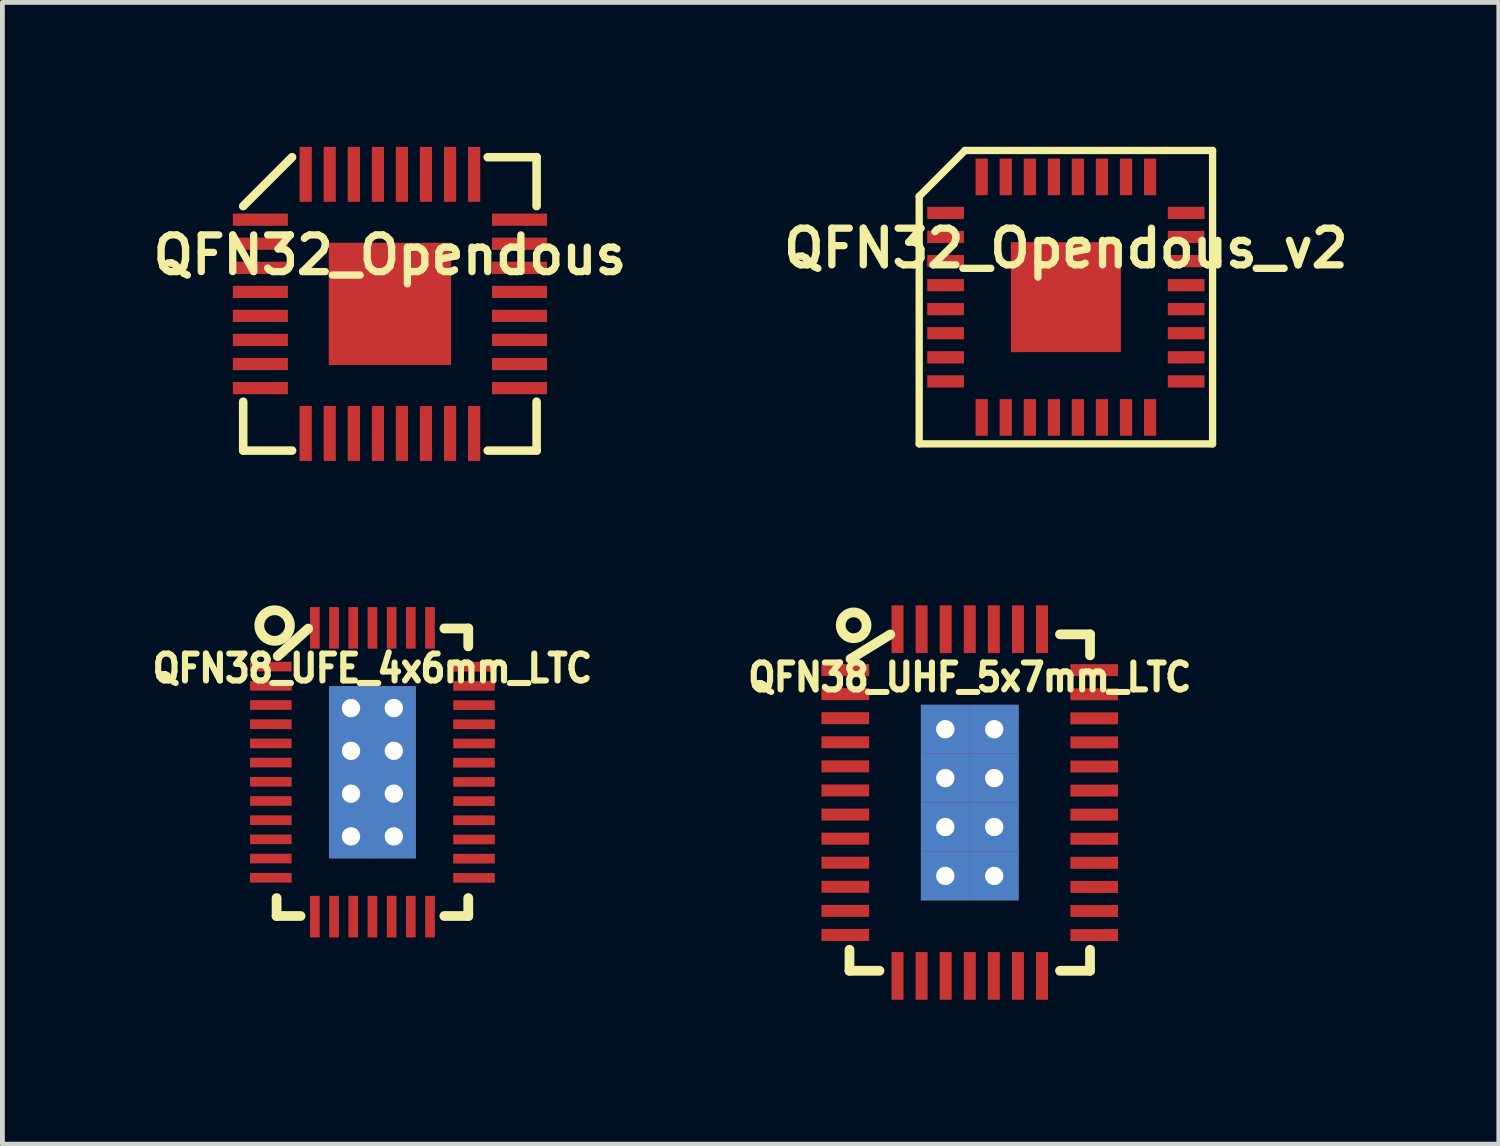
<source format=kicad_pcb>
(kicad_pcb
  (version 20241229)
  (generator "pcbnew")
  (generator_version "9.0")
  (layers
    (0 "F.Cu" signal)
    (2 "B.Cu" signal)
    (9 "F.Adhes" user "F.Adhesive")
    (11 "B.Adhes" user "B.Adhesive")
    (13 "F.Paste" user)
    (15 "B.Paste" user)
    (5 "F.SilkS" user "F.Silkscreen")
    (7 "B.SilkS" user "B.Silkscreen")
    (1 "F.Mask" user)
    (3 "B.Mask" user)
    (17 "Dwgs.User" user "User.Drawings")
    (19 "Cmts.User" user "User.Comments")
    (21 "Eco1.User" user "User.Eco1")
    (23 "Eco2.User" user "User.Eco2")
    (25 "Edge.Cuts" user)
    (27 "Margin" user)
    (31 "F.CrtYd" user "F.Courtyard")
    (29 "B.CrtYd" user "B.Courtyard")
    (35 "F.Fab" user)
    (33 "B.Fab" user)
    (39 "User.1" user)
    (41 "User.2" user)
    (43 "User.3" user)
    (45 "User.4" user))
  (footprint "QFN32_Opendous"
    (layer "F.Cu")
    (at 5.051 3.264)
    (property "Reference" "QFN32_Opendous" (at 0 -1.016 0) (layer "F.SilkS") (effects (font (size 0.762 0.762) (thickness 0.152))))
    (attr smd)
    (fp_line (start -3.048 -2.032) (end -2.032 -3.048) (stroke (width 0.178) (type solid)) (layer "F.SilkS"))
    (fp_line (start -3.048 3.048) (end -3.048 2.032) (stroke (width 0.178) (type solid)) (layer "F.SilkS"))
    (fp_line (start -3.048 3.048) (end -2.032 3.048) (stroke (width 0.178) (type solid)) (layer "F.SilkS"))
    (fp_line (start 2.032 3.048) (end 3.048 3.048) (stroke (width 0.178) (type solid)) (layer "F.SilkS"))
    (fp_line (start 3.048 -3.048) (end 2.032 -3.048) (stroke (width 0.178) (type solid)) (layer "F.SilkS"))
    (fp_line (start 3.048 -3.048) (end 3.048 -2.032) (stroke (width 0.178) (type solid)) (layer "F.SilkS"))
    (fp_line (start 3.048 3.048) (end 3.048 2.032) (stroke (width 0.178) (type solid)) (layer "F.SilkS"))
    (pad "1" smd rect (at -2.692 -1.75 90) (size 0.254 1.143) (layers "F.Cu" "F.Mask" "F.Paste"))
    (pad "2" smd rect (at -2.692 -1.25 90) (size 0.254 1.143) (layers "F.Cu" "F.Mask" "F.Paste"))
    (pad "3" smd rect (at -2.692 -0.749 90) (size 0.254 1.143) (layers "F.Cu" "F.Mask" "F.Paste"))
    (pad "4" smd rect (at -2.692 -0.249 90) (size 0.254 1.143) (layers "F.Cu" "F.Mask" "F.Paste"))
    (pad "5" smd rect (at -2.692 0.249 90) (size 0.254 1.143) (layers "F.Cu" "F.Mask" "F.Paste"))
    (pad "6" smd rect (at -2.692 0.749 90) (size 0.254 1.143) (layers "F.Cu" "F.Mask" "F.Paste"))
    (pad "7" smd rect (at -2.692 1.25 90) (size 0.254 1.143) (layers "F.Cu" "F.Mask" "F.Paste"))
    (pad "8" smd rect (at -2.692 1.75 90) (size 0.254 1.143) (layers "F.Cu" "F.Mask" "F.Paste"))
    (pad "9" smd rect (at -1.75 2.692) (size 0.254 1.143) (layers "F.Cu" "F.Mask" "F.Paste"))
    (pad "10" smd rect (at -1.25 2.692) (size 0.254 1.143) (layers "F.Cu" "F.Mask" "F.Paste"))
    (pad "11" smd rect (at -0.749 2.692) (size 0.254 1.143) (layers "F.Cu" "F.Mask" "F.Paste"))
    (pad "12" smd rect (at -0.249 2.692) (size 0.254 1.143) (layers "F.Cu" "F.Mask" "F.Paste"))
    (pad "13" smd rect (at 0.249 2.692) (size 0.254 1.143) (layers "F.Cu" "F.Mask" "F.Paste"))
    (pad "14" smd rect (at 0.749 2.692) (size 0.254 1.143) (layers "F.Cu" "F.Mask" "F.Paste"))
    (pad "15" smd rect (at 1.25 2.692) (size 0.254 1.143) (layers "F.Cu" "F.Mask" "F.Paste"))
    (pad "16" smd rect (at 1.75 2.692) (size 0.254 1.143) (layers "F.Cu" "F.Mask" "F.Paste"))
    (pad "17" smd rect (at 2.692 1.75 90) (size 0.254 1.143) (layers "F.Cu" "F.Mask" "F.Paste"))
    (pad "18" smd rect (at 2.692 1.25 90) (size 0.254 1.143) (layers "F.Cu" "F.Mask" "F.Paste"))
    (pad "19" smd rect (at 2.692 0.749 90) (size 0.254 1.143) (layers "F.Cu" "F.Mask" "F.Paste"))
    (pad "20" smd rect (at 2.692 0.249 90) (size 0.254 1.143) (layers "F.Cu" "F.Mask" "F.Paste"))
    (pad "21" smd rect (at 2.692 -0.249 90) (size 0.254 1.143) (layers "F.Cu" "F.Mask" "F.Paste"))
    (pad "22" smd rect (at 2.692 -0.749 90) (size 0.254 1.143) (layers "F.Cu" "F.Mask" "F.Paste"))
    (pad "23" smd rect (at 2.692 -1.25 90) (size 0.254 1.143) (layers "F.Cu" "F.Mask" "F.Paste"))
    (pad "24" smd rect (at 2.692 -1.75 90) (size 0.254 1.143) (layers "F.Cu" "F.Mask" "F.Paste"))
    (pad "25" smd rect (at 1.75 -2.692) (size 0.254 1.143) (layers "F.Cu" "F.Mask" "F.Paste"))
    (pad "26" smd rect (at 1.25 -2.692) (size 0.254 1.143) (layers "F.Cu" "F.Mask" "F.Paste"))
    (pad "27" smd rect (at 0.749 -2.692) (size 0.254 1.143) (layers "F.Cu" "F.Mask" "F.Paste"))
    (pad "28" smd rect (at 0.249 -2.692) (size 0.254 1.143) (layers "F.Cu" "F.Mask" "F.Paste"))
    (pad "29" smd rect (at -0.249 -2.692) (size 0.254 1.143) (layers "F.Cu" "F.Mask" "F.Paste"))
    (pad "30" smd rect (at -0.749 -2.692) (size 0.254 1.143) (layers "F.Cu" "F.Mask" "F.Paste"))
    (pad "31" smd rect (at -1.25 -2.692) (size 0.254 1.143) (layers "F.Cu" "F.Mask" "F.Paste"))
    (pad "32" smd rect (at -1.75 -2.692) (size 0.254 1.143) (layers "F.Cu" "F.Mask" "F.Paste"))
    (pad "33" smd rect (at 0 0) (size 2.54 2.54) (layers "F.Cu" "F.Mask" "F.Paste")))
  (footprint "QFN38_UFE_4x6mm_LTC"
    (layer "F.Cu")
    (at 4.688 12.995)
    (property "Reference" "QFN38_UFE_4x6mm_LTC" (at 0 -2.159 0) (layer "F.SilkS") (effects (font (size 0.559 0.508) (thickness 0.127))))
    (attr smd)
    (fp_line (start -1.991 2.987) (end -1.991 2.614) (stroke (width 0.203) (type solid)) (layer "F.SilkS"))
    (fp_line (start -1.494 2.987) (end -1.991 2.987) (stroke (width 0.203) (type solid)) (layer "F.SilkS"))
    (fp_line (start -1.333 -2.985) (end -1.968 -2.413) (stroke (width 0.203) (type solid)) (layer "F.SilkS"))
    (fp_line (start 1.494 2.987) (end 1.991 2.987) (stroke (width 0.203) (type solid)) (layer "F.SilkS"))
    (fp_line (start 1.991 -2.987) (end 1.494 -2.987) (stroke (width 0.203) (type solid)) (layer "F.SilkS"))
    (fp_line (start 1.991 -2.987) (end 1.991 -2.614) (stroke (width 0.203) (type solid)) (layer "F.SilkS"))
    (fp_line (start 1.991 2.987) (end 1.991 2.614) (stroke (width 0.203) (type solid)) (layer "F.SilkS"))
    (fp_circle (center -2.032 -3.048) (end -2.223 -3.302) (stroke (width 0.203) (type solid)) (fill no) (layer "F.SilkS"))
    (pad "1" smd rect (at -2.111 -2.195 90) (size 0.201 0.864) (layers "F.Cu" "F.Mask" "F.Paste"))
    (pad "2" smd rect (at -2.111 -1.796 90) (size 0.201 0.864) (layers "F.Cu" "F.Mask" "F.Paste"))
    (pad "3" smd rect (at -2.111 -1.397 90) (size 0.201 0.864) (layers "F.Cu" "F.Mask" "F.Paste"))
    (pad "4" smd rect (at -2.111 -0.998 90) (size 0.201 0.864) (layers "F.Cu" "F.Mask" "F.Paste"))
    (pad "5" smd rect (at -2.111 -0.599 90) (size 0.201 0.864) (layers "F.Cu" "F.Mask" "F.Paste"))
    (pad "6" smd rect (at -2.111 -0.201 90) (size 0.201 0.864) (layers "F.Cu" "F.Mask" "F.Paste"))
    (pad "7" smd rect (at -2.111 0.198 90) (size 0.201 0.864) (layers "F.Cu" "F.Mask" "F.Paste"))
    (pad "8" smd rect (at -2.111 0.597 90) (size 0.201 0.864) (layers "F.Cu" "F.Mask" "F.Paste"))
    (pad "9" smd rect (at -2.111 0.996 90) (size 0.201 0.864) (layers "F.Cu" "F.Mask" "F.Paste"))
    (pad "10" smd rect (at -2.111 1.394 90) (size 0.201 0.864) (layers "F.Cu" "F.Mask" "F.Paste"))
    (pad "11" smd rect (at -2.111 1.793 90) (size 0.201 0.864) (layers "F.Cu" "F.Mask" "F.Paste"))
    (pad "12" smd rect (at -2.111 2.192 90) (size 0.201 0.864) (layers "F.Cu" "F.Mask" "F.Paste"))
    (pad "13" smd rect (at -1.196 3) (size 0.201 0.864) (layers "F.Cu" "F.Mask" "F.Paste"))
    (pad "14" smd rect (at -0.798 3) (size 0.201 0.864) (layers "F.Cu" "F.Mask" "F.Paste"))
    (pad "15" smd rect (at -0.399 3) (size 0.201 0.864) (layers "F.Cu" "F.Mask" "F.Paste"))
    (pad "16" smd rect (at 0 3) (size 0.201 0.864) (layers "F.Cu" "F.Mask" "F.Paste"))
    (pad "17" smd rect (at 0.399 3) (size 0.201 0.864) (layers "F.Cu" "F.Mask" "F.Paste"))
    (pad "18" smd rect (at 0.798 3) (size 0.201 0.864) (layers "F.Cu" "F.Mask" "F.Paste"))
    (pad "19" smd rect (at 1.196 3) (size 0.201 0.864) (layers "F.Cu" "F.Mask" "F.Paste"))
    (pad "20" smd rect (at 2.111 2.195 270) (size 0.201 0.864) (layers "F.Cu" "F.Mask" "F.Paste"))
    (pad "21" smd rect (at 2.111 1.796 270) (size 0.201 0.864) (layers "F.Cu" "F.Mask" "F.Paste"))
    (pad "22" smd rect (at 2.111 1.397 270) (size 0.201 0.864) (layers "F.Cu" "F.Mask" "F.Paste"))
    (pad "23" smd rect (at 2.111 0.998 270) (size 0.201 0.864) (layers "F.Cu" "F.Mask" "F.Paste"))
    (pad "24" smd rect (at 2.111 0.599 270) (size 0.201 0.864) (layers "F.Cu" "F.Mask" "F.Paste"))
    (pad "25" smd rect (at 2.111 0.201 270) (size 0.201 0.864) (layers "F.Cu" "F.Mask" "F.Paste"))
    (pad "26" smd rect (at 2.111 -0.198 270) (size 0.201 0.864) (layers "F.Cu" "F.Mask" "F.Paste"))
    (pad "27" smd rect (at 2.111 -0.597 270) (size 0.201 0.864) (layers "F.Cu" "F.Mask" "F.Paste"))
    (pad "28" smd rect (at 2.111 -0.996 270) (size 0.201 0.864) (layers "F.Cu" "F.Mask" "F.Paste"))
    (pad "29" smd rect (at 2.111 -1.394 270) (size 0.201 0.864) (layers "F.Cu" "F.Mask" "F.Paste"))
    (pad "30" smd rect (at 2.111 -1.793 270) (size 0.201 0.864) (layers "F.Cu" "F.Mask" "F.Paste"))
    (pad "31" smd rect (at 2.111 -2.192 270) (size 0.201 0.864) (layers "F.Cu" "F.Mask" "F.Paste"))
    (pad "32" smd rect (at 1.196 -3) (size 0.201 0.864) (layers "F.Cu" "F.Mask" "F.Paste"))
    (pad "33" smd rect (at 0.798 -3) (size 0.201 0.864) (layers "F.Cu" "F.Mask" "F.Paste"))
    (pad "34" smd rect (at 0.399 -3) (size 0.201 0.864) (layers "F.Cu" "F.Mask" "F.Paste"))
    (pad "35" smd rect (at 0 -3) (size 0.201 0.864) (layers "F.Cu" "F.Mask" "F.Paste"))
    (pad "36" smd rect (at -0.399 -3) (size 0.201 0.864) (layers "F.Cu" "F.Mask" "F.Paste"))
    (pad "37" smd rect (at -0.798 -3) (size 0.201 0.864) (layers "F.Cu" "F.Mask" "F.Paste"))
    (pad "38" smd rect (at -1.196 -3) (size 0.201 0.864) (layers "F.Cu" "F.Mask" "F.Paste"))
    (pad "39" thru_hole rect (at -0.445 -1.333) (size 0.914 0.914) (drill 0.381) (layers "*.Cu" "F.Mask" "F.Paste"))
    (pad "39" thru_hole rect (at -0.445 -0.445) (size 0.914 0.914) (drill 0.381) (layers "*.Cu" "F.Mask" "F.Paste"))
    (pad "39" thru_hole rect (at -0.445 0.445) (size 0.914 0.914) (drill 0.381) (layers "*.Cu" "F.Mask" "F.Paste"))
    (pad "39" thru_hole rect (at -0.445 1.333) (size 0.914 0.914) (drill 0.381) (layers "*.Cu" "F.Mask" "F.Paste"))
    (pad "39" thru_hole rect (at 0.445 -1.333) (size 0.914 0.914) (drill 0.381) (layers "*.Cu" "F.Mask" "F.Paste"))
    (pad "39" thru_hole rect (at 0.445 -0.445) (size 0.914 0.914) (drill 0.381) (layers "*.Cu" "F.Mask" "F.Paste"))
    (pad "39" thru_hole rect (at 0.445 0.445) (size 0.914 0.914) (drill 0.381) (layers "*.Cu" "F.Mask" "F.Paste"))
    (pad "39" thru_hole rect (at 0.445 1.333) (size 0.914 0.914) (drill 0.381) (layers "*.Cu" "F.Mask" "F.Paste")))
  (footprint "QFN32_Opendous_v2"
    (layer "F.Cu")
    (at 19.096 3.124)
    (property "Reference" "QFN32_Opendous_v2" (at 0 -1.016 0) (layer "F.SilkS") (effects (font (size 0.762 0.762) (thickness 0.152))))
    (attr smd)
    (fp_line (start -3.048 -2.095) (end -2.095 -3.048) (stroke (width 0.152) (type solid)) (layer "F.SilkS"))
    (fp_line (start -3.048 3.048) (end -3.048 -2.095) (stroke (width 0.152) (type solid)) (layer "F.SilkS"))
    (fp_line (start -2.095 -3.048) (end 2.095 -3.048) (stroke (width 0.152) (type solid)) (layer "F.SilkS"))
    (fp_line (start 2.095 -3.048) (end 3.048 -3.048) (stroke (width 0.152) (type solid)) (layer "F.SilkS"))
    (fp_line (start 3.048 -3.048) (end 3.048 3.048) (stroke (width 0.152) (type solid)) (layer "F.SilkS"))
    (fp_line (start 3.048 3.048) (end -3.048 3.048) (stroke (width 0.152) (type solid)) (layer "F.SilkS"))
    (pad "1" smd rect (at -2.499 -1.75 90) (size 0.254 0.762) (layers "F.Cu" "F.Mask" "F.Paste"))
    (pad "2" smd rect (at -2.499 -1.25 90) (size 0.254 0.762) (layers "F.Cu" "F.Mask" "F.Paste"))
    (pad "3" smd rect (at -2.499 -0.749 90) (size 0.254 0.762) (layers "F.Cu" "F.Mask" "F.Paste"))
    (pad "4" smd rect (at -2.499 -0.249 90) (size 0.254 0.762) (layers "F.Cu" "F.Mask" "F.Paste"))
    (pad "5" smd rect (at -2.499 0.249 90) (size 0.254 0.762) (layers "F.Cu" "F.Mask" "F.Paste"))
    (pad "6" smd rect (at -2.499 0.749 90) (size 0.254 0.762) (layers "F.Cu" "F.Mask" "F.Paste"))
    (pad "7" smd rect (at -2.499 1.25 90) (size 0.254 0.762) (layers "F.Cu" "F.Mask" "F.Paste"))
    (pad "8" smd rect (at -2.499 1.75 90) (size 0.254 0.762) (layers "F.Cu" "F.Mask" "F.Paste"))
    (pad "9" smd rect (at -1.75 2.499) (size 0.254 0.762) (layers "F.Cu" "F.Mask" "F.Paste"))
    (pad "10" smd rect (at -1.25 2.499) (size 0.254 0.762) (layers "F.Cu" "F.Mask" "F.Paste"))
    (pad "11" smd rect (at -0.749 2.499) (size 0.254 0.762) (layers "F.Cu" "F.Mask" "F.Paste"))
    (pad "12" smd rect (at -0.249 2.499) (size 0.254 0.762) (layers "F.Cu" "F.Mask" "F.Paste"))
    (pad "13" smd rect (at 0.249 2.499) (size 0.254 0.762) (layers "F.Cu" "F.Mask" "F.Paste"))
    (pad "14" smd rect (at 0.749 2.499) (size 0.254 0.762) (layers "F.Cu" "F.Mask" "F.Paste"))
    (pad "15" smd rect (at 1.25 2.499) (size 0.254 0.762) (layers "F.Cu" "F.Mask" "F.Paste"))
    (pad "16" smd rect (at 1.75 2.499) (size 0.254 0.762) (layers "F.Cu" "F.Mask" "F.Paste"))
    (pad "17" smd rect (at 2.499 1.75 90) (size 0.254 0.762) (layers "F.Cu" "F.Mask" "F.Paste"))
    (pad "18" smd rect (at 2.499 1.25 90) (size 0.254 0.762) (layers "F.Cu" "F.Mask" "F.Paste"))
    (pad "19" smd rect (at 2.499 0.749 90) (size 0.254 0.762) (layers "F.Cu" "F.Mask" "F.Paste"))
    (pad "20" smd rect (at 2.499 0.249 90) (size 0.254 0.762) (layers "F.Cu" "F.Mask" "F.Paste"))
    (pad "21" smd rect (at 2.499 -0.249 90) (size 0.254 0.762) (layers "F.Cu" "F.Mask" "F.Paste"))
    (pad "22" smd rect (at 2.499 -0.749 90) (size 0.254 0.762) (layers "F.Cu" "F.Mask" "F.Paste"))
    (pad "23" smd rect (at 2.499 -1.25 90) (size 0.254 0.762) (layers "F.Cu" "F.Mask" "F.Paste"))
    (pad "24" smd rect (at 2.499 -1.75 90) (size 0.254 0.762) (layers "F.Cu" "F.Mask" "F.Paste"))
    (pad "25" smd rect (at 1.75 -2.499) (size 0.254 0.762) (layers "F.Cu" "F.Mask" "F.Paste"))
    (pad "26" smd rect (at 1.25 -2.499) (size 0.254 0.762) (layers "F.Cu" "F.Mask" "F.Paste"))
    (pad "27" smd rect (at 0.749 -2.499) (size 0.254 0.762) (layers "F.Cu" "F.Mask" "F.Paste"))
    (pad "28" smd rect (at 0.249 -2.499) (size 0.254 0.762) (layers "F.Cu" "F.Mask" "F.Paste"))
    (pad "29" smd rect (at -0.249 -2.499) (size 0.254 0.762) (layers "F.Cu" "F.Mask" "F.Paste"))
    (pad "30" smd rect (at -0.749 -2.499) (size 0.254 0.762) (layers "F.Cu" "F.Mask" "F.Paste"))
    (pad "31" smd rect (at -1.25 -2.499) (size 0.254 0.762) (layers "F.Cu" "F.Mask" "F.Paste"))
    (pad "32" smd rect (at -1.75 -2.499) (size 0.254 0.762) (layers "F.Cu" "F.Mask" "F.Paste"))
    (pad "33" smd rect (at 0 0) (size 2.286 2.286) (layers "F.Cu" "F.Mask" "F.Paste")))
  (footprint "QFN38_UHF_5x7mm_LTC"
    (layer "F.Cu")
    (at 17.099 13.625)
    (property "Reference" "QFN38_UHF_5x7mm_LTC" (at 0 -2.603 0) (layer "F.SilkS") (effects (font (size 0.559 0.508) (thickness 0.203))))
    (attr smd)
    (fp_line (start -2.499 3.495) (end -2.499 3.058) (stroke (width 0.203) (type solid)) (layer "F.SilkS"))
    (fp_line (start -1.875 3.495) (end -2.499 3.495) (stroke (width 0.203) (type solid)) (layer "F.SilkS"))
    (fp_line (start -1.651 -3.493) (end -2.477 -2.985) (stroke (width 0.203) (type solid)) (layer "F.SilkS"))
    (fp_line (start 1.875 -3.495) (end 2.499 -3.495) (stroke (width 0.203) (type solid)) (layer "F.SilkS"))
    (fp_line (start 1.875 3.495) (end 2.499 3.495) (stroke (width 0.203) (type solid)) (layer "F.SilkS"))
    (fp_line (start 2.499 -3.495) (end 2.499 -3.058) (stroke (width 0.203) (type solid)) (layer "F.SilkS"))
    (fp_line (start 2.499 3.495) (end 2.499 3.058) (stroke (width 0.203) (type solid)) (layer "F.SilkS"))
    (fp_circle (center -2.413 -3.683) (end -2.603 -3.873) (stroke (width 0.203) (type solid)) (fill no) (layer "F.SilkS"))
    (pad "1" smd rect (at -2.586 -2.753 90) (size 0.249 0.991) (layers "F.Cu" "F.Mask" "F.Paste"))
    (pad "2" smd rect (at -2.586 -2.253 90) (size 0.249 0.991) (layers "F.Cu" "F.Mask" "F.Paste"))
    (pad "3" smd rect (at -2.586 -1.753 90) (size 0.249 0.991) (layers "F.Cu" "F.Mask" "F.Paste"))
    (pad "4" smd rect (at -2.586 -1.252 90) (size 0.249 0.991) (layers "F.Cu" "F.Mask" "F.Paste"))
    (pad "5" smd rect (at -2.586 -0.752 90) (size 0.249 0.991) (layers "F.Cu" "F.Mask" "F.Paste"))
    (pad "6" smd rect (at -2.586 -0.251 90) (size 0.249 0.991) (layers "F.Cu" "F.Mask" "F.Paste"))
    (pad "7" smd rect (at -2.586 0.249 90) (size 0.249 0.991) (layers "F.Cu" "F.Mask" "F.Paste"))
    (pad "8" smd rect (at -2.586 0.749 90) (size 0.249 0.991) (layers "F.Cu" "F.Mask" "F.Paste"))
    (pad "9" smd rect (at -2.586 1.25 90) (size 0.249 0.991) (layers "F.Cu" "F.Mask" "F.Paste"))
    (pad "10" smd rect (at -2.586 1.75 90) (size 0.249 0.991) (layers "F.Cu" "F.Mask" "F.Paste"))
    (pad "11" smd rect (at -2.586 2.25 90) (size 0.249 0.991) (layers "F.Cu" "F.Mask" "F.Paste"))
    (pad "12" smd rect (at -2.586 2.751 90) (size 0.249 0.991) (layers "F.Cu" "F.Mask" "F.Paste"))
    (pad "13" smd rect (at -1.501 3.602) (size 0.249 0.991) (layers "F.Cu" "F.Mask" "F.Paste"))
    (pad "14" smd rect (at -1.001 3.602) (size 0.249 0.991) (layers "F.Cu" "F.Mask" "F.Paste"))
    (pad "15" smd rect (at -0.5 3.602) (size 0.249 0.991) (layers "F.Cu" "F.Mask" "F.Paste"))
    (pad "16" smd rect (at 0 3.602) (size 0.249 0.991) (layers "F.Cu" "F.Mask" "F.Paste"))
    (pad "17" smd rect (at 0.5 3.602) (size 0.249 0.991) (layers "F.Cu" "F.Mask" "F.Paste"))
    (pad "18" smd rect (at 1.001 3.602) (size 0.249 0.991) (layers "F.Cu" "F.Mask" "F.Paste"))
    (pad "19" smd rect (at 1.501 3.602) (size 0.249 0.991) (layers "F.Cu" "F.Mask" "F.Paste"))
    (pad "20" smd rect (at 2.586 2.753 270) (size 0.249 0.991) (layers "F.Cu" "F.Mask" "F.Paste"))
    (pad "21" smd rect (at 2.586 2.253 270) (size 0.249 0.991) (layers "F.Cu" "F.Mask" "F.Paste"))
    (pad "22" smd rect (at 2.586 1.753 270) (size 0.249 0.991) (layers "F.Cu" "F.Mask" "F.Paste"))
    (pad "23" smd rect (at 2.586 1.252 270) (size 0.249 0.991) (layers "F.Cu" "F.Mask" "F.Paste"))
    (pad "24" smd rect (at 2.586 0.752 270) (size 0.249 0.991) (layers "F.Cu" "F.Mask" "F.Paste"))
    (pad "25" smd rect (at 2.586 0.251 270) (size 0.249 0.991) (layers "F.Cu" "F.Mask" "F.Paste"))
    (pad "26" smd rect (at 2.586 -0.249 270) (size 0.249 0.991) (layers "F.Cu" "F.Mask" "F.Paste"))
    (pad "27" smd rect (at 2.586 -0.749 270) (size 0.249 0.991) (layers "F.Cu" "F.Mask" "F.Paste"))
    (pad "28" smd rect (at 2.586 -1.25 270) (size 0.249 0.991) (layers "F.Cu" "F.Mask" "F.Paste"))
    (pad "29" smd rect (at 2.586 -1.75 270) (size 0.249 0.991) (layers "F.Cu" "F.Mask" "F.Paste"))
    (pad "30" smd rect (at 2.586 -2.25 270) (size 0.249 0.991) (layers "F.Cu" "F.Mask" "F.Paste"))
    (pad "31" smd rect (at 2.586 -2.751 270) (size 0.249 0.991) (layers "F.Cu" "F.Mask" "F.Paste"))
    (pad "32" smd rect (at 1.501 -3.602) (size 0.249 0.991) (layers "F.Cu" "F.Mask" "F.Paste"))
    (pad "33" smd rect (at 1.001 -3.602) (size 0.249 0.991) (layers "F.Cu" "F.Mask" "F.Paste"))
    (pad "34" smd rect (at 0.5 -3.602) (size 0.249 0.991) (layers "F.Cu" "F.Mask" "F.Paste"))
    (pad "35" smd rect (at 0 -3.602) (size 0.249 0.991) (layers "F.Cu" "F.Mask" "F.Paste"))
    (pad "36" smd rect (at -0.5 -3.602) (size 0.249 0.991) (layers "F.Cu" "F.Mask" "F.Paste"))
    (pad "37" smd rect (at -1.001 -3.602) (size 0.249 0.991) (layers "F.Cu" "F.Mask" "F.Paste"))
    (pad "38" smd rect (at -1.501 -3.602) (size 0.249 0.991) (layers "F.Cu" "F.Mask" "F.Paste"))
    (pad "39" thru_hole rect (at -0.508 -1.524) (size 1.016 1.016) (drill 0.381) (layers "*.Cu" "F.Mask" "F.Paste"))
    (pad "39" thru_hole rect (at -0.508 -0.508) (size 1.016 1.016) (drill 0.381) (layers "*.Cu" "F.Mask" "F.Paste"))
    (pad "39" thru_hole rect (at -0.508 0.508) (size 1.016 1.016) (drill 0.381) (layers "*.Cu" "F.Mask" "F.Paste"))
    (pad "39" thru_hole rect (at -0.508 1.524) (size 1.016 1.016) (drill 0.381) (layers "*.Cu" "F.Mask" "F.Paste"))
    (pad "39" thru_hole rect (at 0.508 -1.524) (size 1.016 1.016) (drill 0.381) (layers "*.Cu" "F.Mask" "F.Paste"))
    (pad "39" thru_hole rect (at 0.508 -0.508) (size 1.016 1.016) (drill 0.381) (layers "*.Cu" "F.Mask" "F.Paste"))
    (pad "39" thru_hole rect (at 0.508 0.508) (size 1.016 1.016) (drill 0.381) (layers "*.Cu" "F.Mask" "F.Paste"))
    (pad "39" thru_hole rect (at 0.508 1.524) (size 1.016 1.016) (drill 0.381) (layers "*.Cu" "F.Mask" "F.Paste")))
  (gr_rect
    (start -3 -3)
    (end 28.091 20.722)
    (stroke (width 0.1) (type default))
    (fill no)
    (layer "Edge.Cuts")))
</source>
